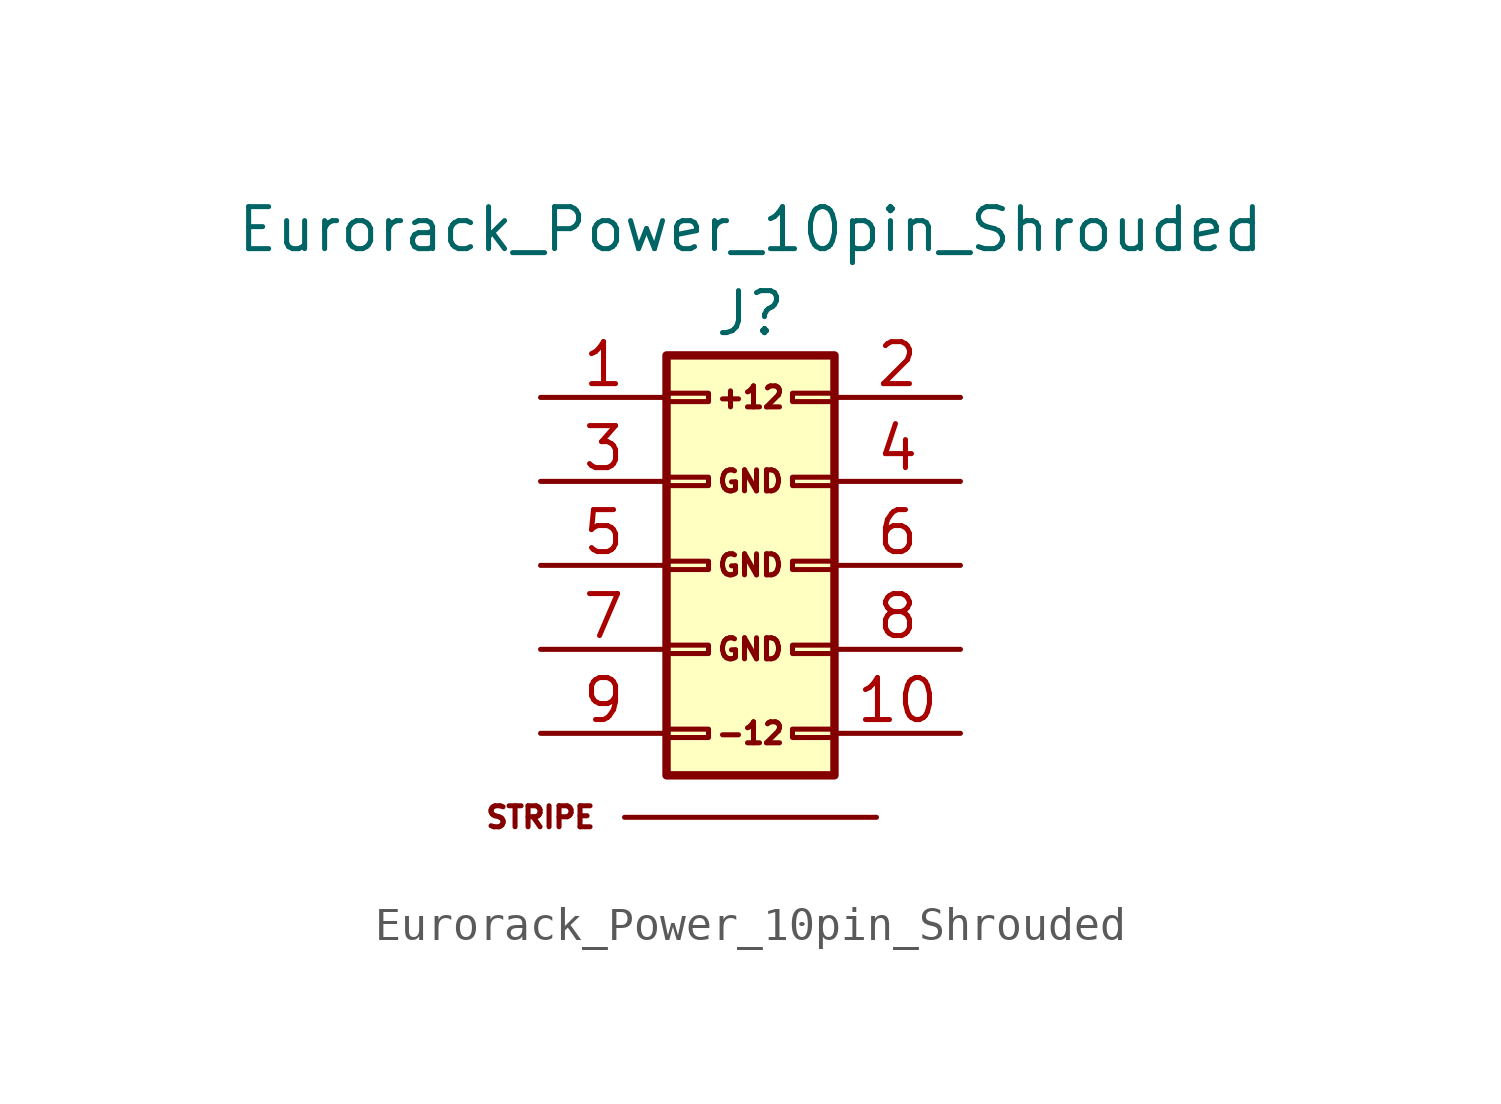
<source format=kicad_sym>
(kicad_symbol_lib
  (version 20211014)
  (generator kicad_symbol_editor)
  (symbol "Eurorack_Power_10pin_Shrouded"
    (pin_names
      (offset 0.025) hide)
    (property "Reference" "J"
      (at 0 7.62 0)
      (effects (font (size 1.27 1.27))))
    (property "Value" "Eurorack_Power_10pin_Shrouded"
      (at 0 10.16 0)
      (effects (font (size 1.27 1.27))))
    (symbol "Eurorack_Power_10pin_Shrouded_0_0"
      (text "+12" (at 0 5.08 0) (effects (font (size 0.635 0.635))))
      (text "-12" (at 0 -5.08 0) (effects (font (size 0.635 0.635))))
      (text "GND" (at 0 -2.54 0) (effects (font (size 0.635 0.635))))
      (text "GND" (at 0 0 0) (effects (font (size 0.635 0.635))))
      (text "GND" (at 0 2.54 0) (effects (font (size 0.635 0.635))))
      (text "STRIPE" (at -6.35 -7.62 0) (effects (font (size 0.635 0.635)))))
    (symbol "Eurorack_Power_10pin_Shrouded_0_1"
      (rectangle (start -2.54 -6.35) (end 2.54 6.35) (stroke (width 0.254) (type default) (color 0 0 0 0)) (fill (type background)))
      (rectangle (start -2.54 -4.953) (end -1.27 -5.207) (stroke (width 0) (type default) (color 0 0 0 0)) (fill (type none)))
      (rectangle (start -2.54 -2.413) (end -1.27 -2.667) (stroke (width 0) (type default) (color 0 0 0 0)) (fill (type none)))
      (rectangle (start -2.54 0.127) (end -1.27 -0.127) (stroke (width 0) (type default) (color 0 0 0 0)) (fill (type none)))
      (rectangle (start -2.54 2.667) (end -1.27 2.413) (stroke (width 0) (type default) (color 0 0 0 0)) (fill (type none)))
      (rectangle (start -2.54 5.207) (end -1.27 4.953) (stroke (width 0) (type default) (color 0 0 0 0)) (fill (type none)))
      (polyline (pts (xy -3.81 -7.62) (xy 3.81 -7.62) (xy 1.27 -7.62)) (stroke (width 0) (type default) (color 0 0 0 0)) (fill (type none)))
      (rectangle (start 1.27 -4.953) (end 2.54 -5.207) (stroke (width 0) (type default) (color 0 0 0 0)) (fill (type none)))
      (rectangle (start 1.27 -2.413) (end 2.54 -2.667) (stroke (width 0) (type default) (color 0 0 0 0)) (fill (type none)))
      (rectangle (start 1.27 0.127) (end 2.54 -0.127) (stroke (width 0) (type default) (color 0 0 0 0)) (fill (type none)))
      (rectangle (start 1.27 2.667) (end 2.54 2.413) (stroke (width 0) (type default) (color 0 0 0 0)) (fill (type none)))
      (rectangle (start 1.27 5.207) (end 2.54 4.953) (stroke (width 0) (type default) (color 0 0 0 0)) (fill (type none))))
    (symbol "Eurorack_Power_10pin_Shrouded_1_1"
      (pin passive line (at -6.35 5.08 0) (length 3.81) (name "+12V" (effects (font (size 1.27 1.27)))) (number "1" (effects (font (size 1.27 1.27)))))
      (pin passive line (at 6.35 -5.08 180) (length 3.81) (name "-12V" (effects (font (size 1.27 1.27)))) (number "10" (effects (font (size 1.27 1.27)))))
      (pin passive line (at 6.35 5.08 180) (length 3.81) (name "+12V" (effects (font (size 1.27 1.27)))) (number "2" (effects (font (size 1.27 1.27)))))
      (pin passive line (at -6.35 2.54 0) (length 3.81) (name "GND" (effects (font (size 1.27 1.27)))) (number "3" (effects (font (size 1.27 1.27)))))
      (pin passive line (at 6.35 2.54 180) (length 3.81) (name "GND" (effects (font (size 1.27 1.27)))) (number "4" (effects (font (size 1.27 1.27)))))
      (pin passive line (at -6.35 0 0) (length 3.81) (name "GND" (effects (font (size 1.27 1.27)))) (number "5" (effects (font (size 1.27 1.27)))))
      (pin passive line (at 6.35 0 180) (length 3.81) (name "GND" (effects (font (size 1.27 1.27)))) (number "6" (effects (font (size 1.27 1.27)))))
      (pin passive line (at -6.35 -2.54 0) (length 3.81) (name "GND" (effects (font (size 1.27 1.27)))) (number "7" (effects (font (size 1.27 1.27)))))
      (pin passive line (at 6.35 -2.54 180) (length 3.81) (name "GND" (effects (font (size 1.27 1.27)))) (number "8" (effects (font (size 1.27 1.27)))))
      (pin passive line (at -6.35 -5.08 0) (length 3.81) (name "-12V" (effects (font (size 1.27 1.27)))) (number "9" (effects (font (size 1.27 1.27))))))))
</source>
